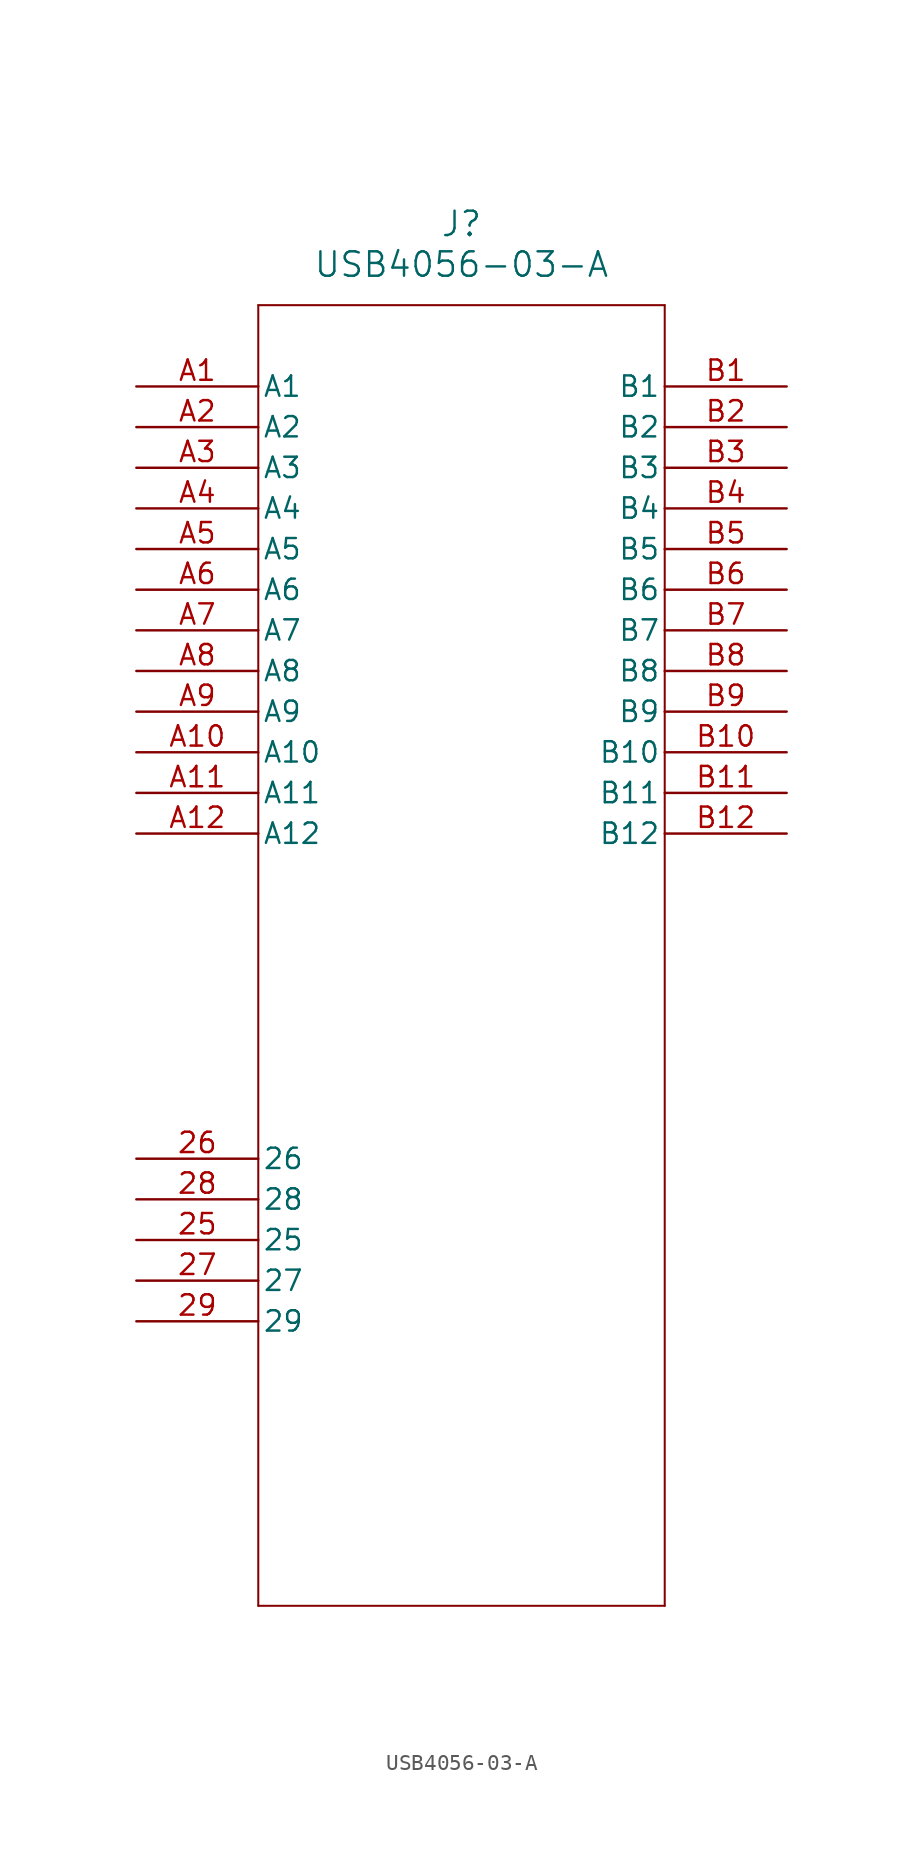
<source format=kicad_sym>
(kicad_symbol_lib
  (version 20220914)
  (generator kicad_symbol_editor)
  (symbol "USB4056-03-A"
    (pin_names
      (offset 0.254))
    (property "Reference" "J"
      (at 20.32 10.16 0)
      (effects (font (size 1.524 1.524))))
    (property "Value" "USB4056-03-A"
      (at 20.32 7.62 0)
      (effects (font (size 1.524 1.524))))
    (property "ki_locked" ""
      (at 0 0 0)
      (effects (font (size 1.27 1.27))))
    (symbol "USB4056-03-A_0_1"
      (polyline (pts (xy 7.62 -76.2) (xy 33.02 -76.2)) (stroke (width 0.127) (type default)) (fill (type none)))
      (polyline (pts (xy 7.62 5.08) (xy 7.62 -76.2)) (stroke (width 0.127) (type default)) (fill (type none)))
      (polyline (pts (xy 33.02 -76.2) (xy 33.02 5.08)) (stroke (width 0.127) (type default)) (fill (type none)))
      (polyline (pts (xy 33.02 5.08) (xy 7.62 5.08)) (stroke (width 0.127) (type default)) (fill (type none)))
      (pin unspecified line (at 0 -53.34 0) (length 7.62) (name "25" (effects (font (size 1.27 1.27)))) (number "25" (effects (font (size 1.27 1.27)))))
      (pin unspecified line (at 0 -48.26 0) (length 7.62) (name "26" (effects (font (size 1.27 1.27)))) (number "26" (effects (font (size 1.27 1.27)))))
      (pin unspecified line (at 0 -55.88 0) (length 7.62) (name "27" (effects (font (size 1.27 1.27)))) (number "27" (effects (font (size 1.27 1.27)))))
      (pin unspecified line (at 0 -50.8 0) (length 7.62) (name "28" (effects (font (size 1.27 1.27)))) (number "28" (effects (font (size 1.27 1.27)))))
      (pin unspecified line (at 0 -58.42 0) (length 7.62) (name "29" (effects (font (size 1.27 1.27)))) (number "29" (effects (font (size 1.27 1.27)))))
      (pin unspecified line (at 0 0 0) (length 7.62) (name "A1" (effects (font (size 1.27 1.27)))) (number "A1" (effects (font (size 1.27 1.27)))))
      (pin unspecified line (at 0 -22.86 0) (length 7.62) (name "A10" (effects (font (size 1.27 1.27)))) (number "A10" (effects (font (size 1.27 1.27)))))
      (pin unspecified line (at 0 -25.4 0) (length 7.62) (name "A11" (effects (font (size 1.27 1.27)))) (number "A11" (effects (font (size 1.27 1.27)))))
      (pin unspecified line (at 0 -27.94 0) (length 7.62) (name "A12" (effects (font (size 1.27 1.27)))) (number "A12" (effects (font (size 1.27 1.27)))))
      (pin unspecified line (at 0 -2.54 0) (length 7.62) (name "A2" (effects (font (size 1.27 1.27)))) (number "A2" (effects (font (size 1.27 1.27)))))
      (pin unspecified line (at 0 -5.08 0) (length 7.62) (name "A3" (effects (font (size 1.27 1.27)))) (number "A3" (effects (font (size 1.27 1.27)))))
      (pin unspecified line (at 0 -7.62 0) (length 7.62) (name "A4" (effects (font (size 1.27 1.27)))) (number "A4" (effects (font (size 1.27 1.27)))))
      (pin unspecified line (at 0 -10.16 0) (length 7.62) (name "A5" (effects (font (size 1.27 1.27)))) (number "A5" (effects (font (size 1.27 1.27)))))
      (pin unspecified line (at 0 -12.7 0) (length 7.62) (name "A6" (effects (font (size 1.27 1.27)))) (number "A6" (effects (font (size 1.27 1.27)))))
      (pin unspecified line (at 0 -15.24 0) (length 7.62) (name "A7" (effects (font (size 1.27 1.27)))) (number "A7" (effects (font (size 1.27 1.27)))))
      (pin unspecified line (at 0 -17.78 0) (length 7.62) (name "A8" (effects (font (size 1.27 1.27)))) (number "A8" (effects (font (size 1.27 1.27)))))
      (pin unspecified line (at 0 -20.32 0) (length 7.62) (name "A9" (effects (font (size 1.27 1.27)))) (number "A9" (effects (font (size 1.27 1.27)))))
      (pin unspecified line (at 40.64 0 180) (length 7.62) (name "B1" (effects (font (size 1.27 1.27)))) (number "B1" (effects (font (size 1.27 1.27)))))
      (pin unspecified line (at 40.64 -22.86 180) (length 7.62) (name "B10" (effects (font (size 1.27 1.27)))) (number "B10" (effects (font (size 1.27 1.27)))))
      (pin unspecified line (at 40.64 -25.4 180) (length 7.62) (name "B11" (effects (font (size 1.27 1.27)))) (number "B11" (effects (font (size 1.27 1.27)))))
      (pin unspecified line (at 40.64 -27.94 180) (length 7.62) (name "B12" (effects (font (size 1.27 1.27)))) (number "B12" (effects (font (size 1.27 1.27)))))
      (pin unspecified line (at 40.64 -2.54 180) (length 7.62) (name "B2" (effects (font (size 1.27 1.27)))) (number "B2" (effects (font (size 1.27 1.27)))))
      (pin unspecified line (at 40.64 -5.08 180) (length 7.62) (name "B3" (effects (font (size 1.27 1.27)))) (number "B3" (effects (font (size 1.27 1.27)))))
      (pin unspecified line (at 40.64 -7.62 180) (length 7.62) (name "B4" (effects (font (size 1.27 1.27)))) (number "B4" (effects (font (size 1.27 1.27)))))
      (pin unspecified line (at 40.64 -10.16 180) (length 7.62) (name "B5" (effects (font (size 1.27 1.27)))) (number "B5" (effects (font (size 1.27 1.27)))))
      (pin unspecified line (at 40.64 -12.7 180) (length 7.62) (name "B6" (effects (font (size 1.27 1.27)))) (number "B6" (effects (font (size 1.27 1.27)))))
      (pin unspecified line (at 40.64 -15.24 180) (length 7.62) (name "B7" (effects (font (size 1.27 1.27)))) (number "B7" (effects (font (size 1.27 1.27)))))
      (pin unspecified line (at 40.64 -17.78 180) (length 7.62) (name "B8" (effects (font (size 1.27 1.27)))) (number "B8" (effects (font (size 1.27 1.27)))))
      (pin unspecified line (at 40.64 -20.32 180) (length 7.62) (name "B9" (effects (font (size 1.27 1.27)))) (number "B9" (effects (font (size 1.27 1.27))))))))
</source>
